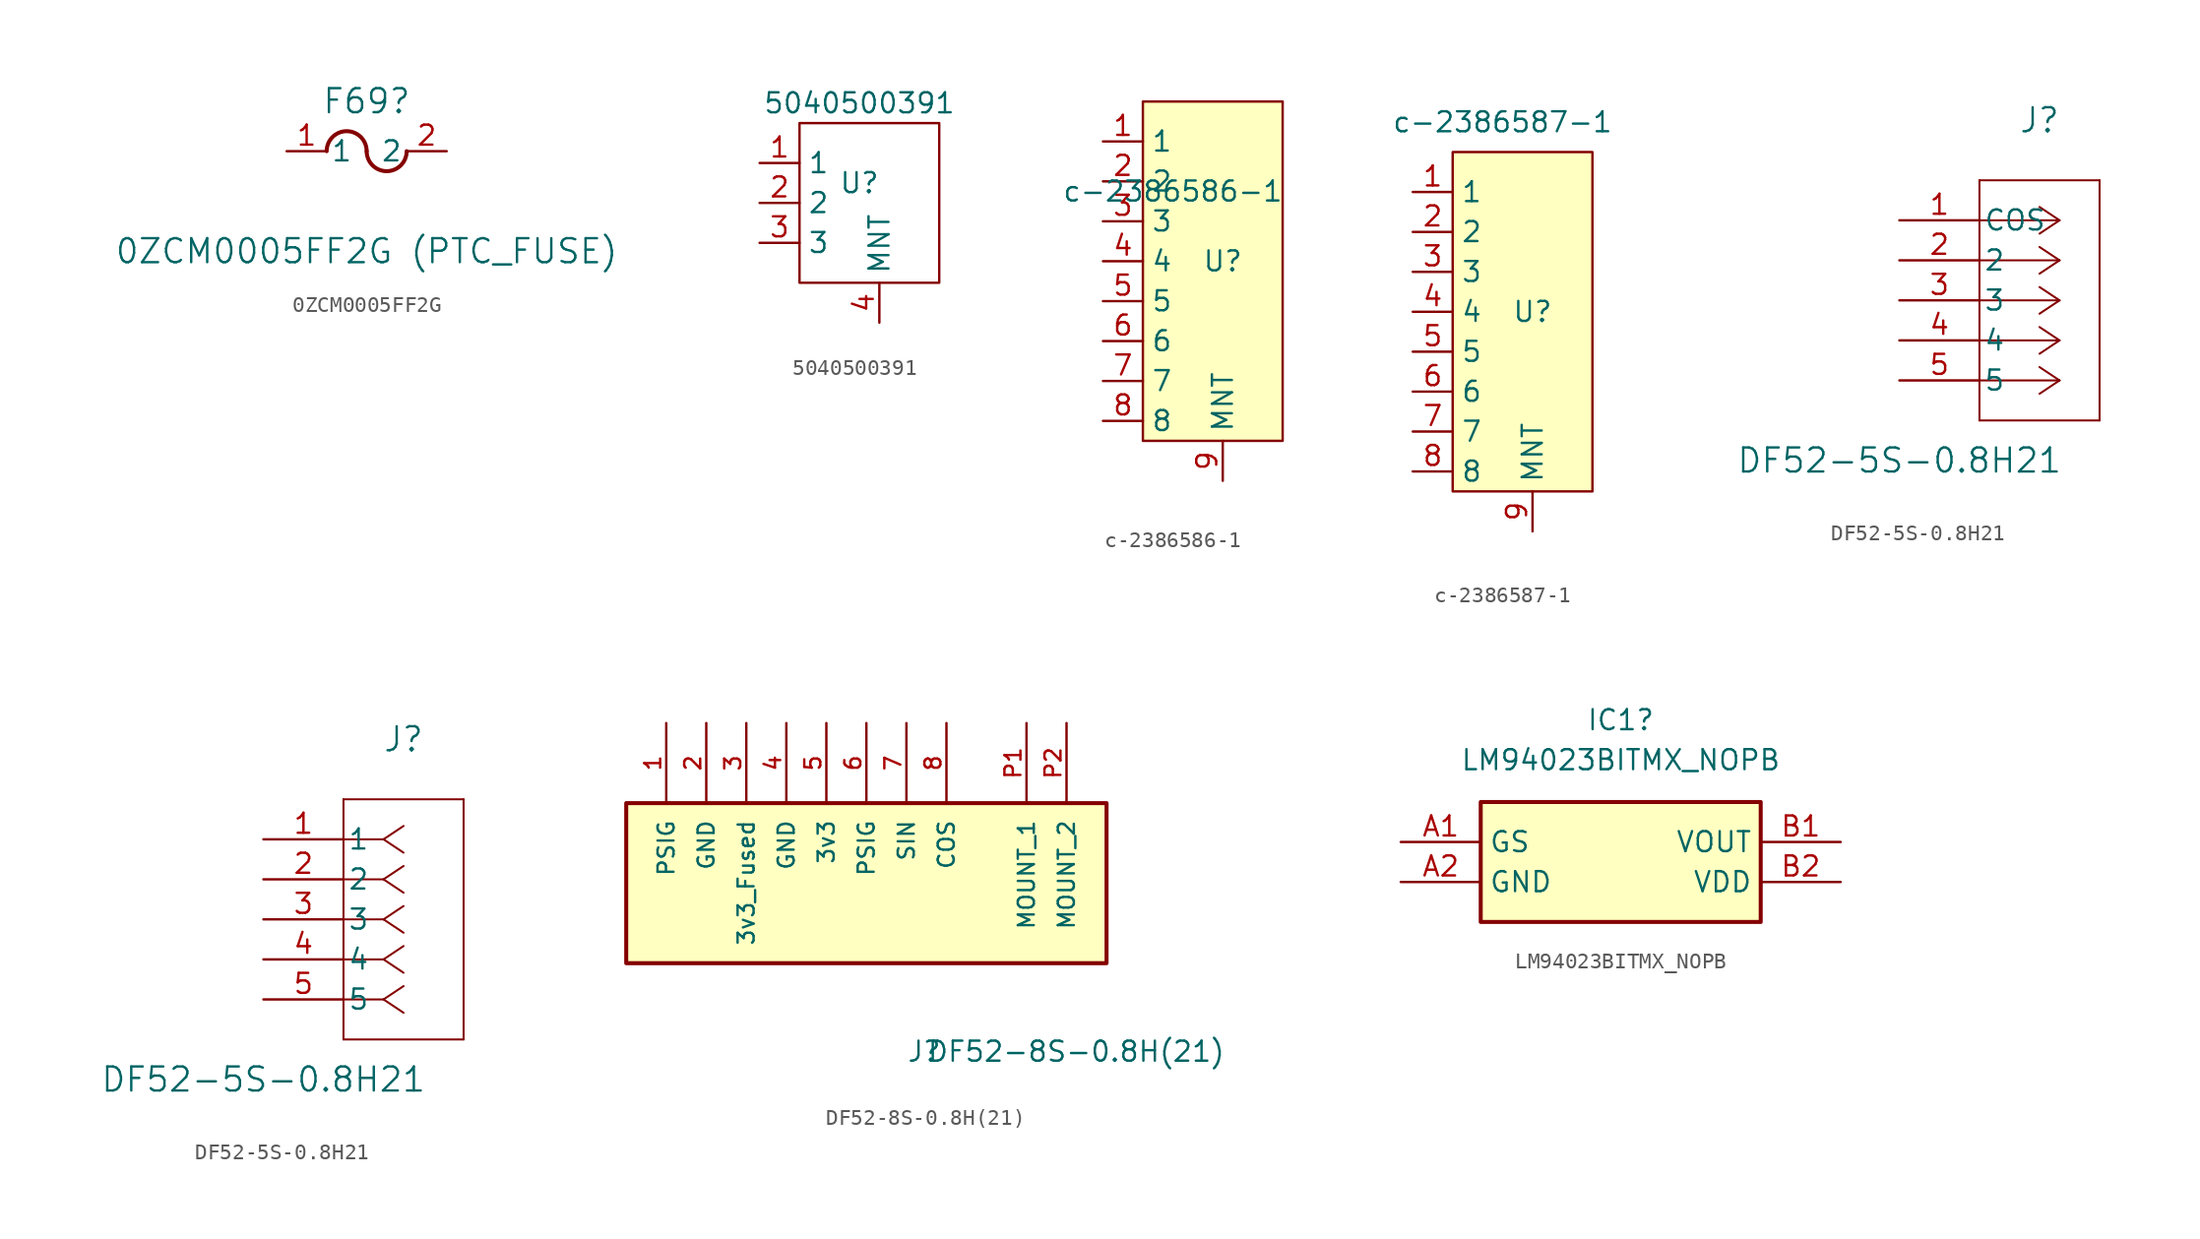
<source format=kicad_sym>
(kicad_symbol_lib
  (version 20220914)
  (generator kicad_symbol_editor)
  (symbol "0ZCM0005FF2G"
    (pin_names
      (offset 0.254))
    (property "Reference" "F69"
      (at 5.08 3.175 0)
      (effects (font (size 1.524 1.524))))
    (property "Value" "0ZCM0005FF2G (PTC_FUSE)"
      (at 5.08 -6.35 0)
      (effects (font (size 1.524 1.524))))
    (property "ki_locked" ""
      (at 0 0 0)
      (effects (font (size 1.27 1.27))))
    (symbol "0ZCM0005FF2G_0_1"
      (arc (start 5.08 0) (mid 3.81 1.2645) (end 2.54 0) (stroke (width 0.254) (type default)) (fill (type none)))
      (arc (start 5.08 0) (mid 6.35 -1.2645) (end 7.62 0) (stroke (width 0.254) (type default)) (fill (type none)))
      (pin unspecified line (at 0 0 0) (length 2.54) (name "1" (effects (font (size 1.27 1.27)))) (number "1" (effects (font (size 1.27 1.27)))))
      (pin unspecified line (at 10.16 0 180) (length 2.54) (name "2" (effects (font (size 1.27 1.27)))) (number "2" (effects (font (size 1.27 1.27)))))))
  (symbol "5040500391"
    (property "Reference" "U"
      (at 1.27 1.27 0)
      (effects (font (size 1.27 1.27))))
    (property "Value" "5040500391"
      (at 1.27 6.35 0)
      (effects (font (size 1.27 1.27))))
    (symbol "5040500391_0_0"
      (text_box "" (at -2.54 5.08 0) (size 8.89 -10.16) (stroke (width 0) (type default)) (fill (type color) (color 0 0 0 0)) (effects (font (size 1.27 1.27)) (justify left top))))
    (symbol "5040500391_1_1"
      (pin input line (at -5.08 2.54 0) (length 2.54) (name "1" (effects (font (size 1.27 1.27)))) (number "1" (effects (font (size 1.27 1.27)))))
      (pin input line (at -5.08 0 0) (length 2.54) (name "2" (effects (font (size 1.27 1.27)))) (number "2" (effects (font (size 1.27 1.27)))))
      (pin input line (at -5.08 -2.54 0) (length 2.54) (name "3" (effects (font (size 1.27 1.27)))) (number "3" (effects (font (size 1.27 1.27)))))
      (pin input line (at 2.54 -7.62 90) (length 2.54) (name "MNT" (effects (font (size 1.27 1.27)))) (number "4" (effects (font (size 1.27 1.27)))))))
  (symbol "c-2386586-1"
    (property "Reference" "U"
      (at 0 -0.635 0)
      (effects (font (size 1.27 1.27))))
    (property "Value" "c-2386586-1"
      (at -3.175 3.81 0)
      (effects (font (size 1.27 1.27))))
    (symbol "c-2386586-1_1_1"
      (rectangle (start -5.08 9.525) (end 3.81 -12.065) (stroke (width 0) (type default)) (fill (type background)))
      (pin input line (at -7.62 6.985 0) (length 2.54) (name "1" (effects (font (size 1.27 1.27)))) (number "1" (effects (font (size 1.27 1.27)))))
      (pin input line (at -7.62 4.445 0) (length 2.54) (name "2" (effects (font (size 1.27 1.27)))) (number "2" (effects (font (size 1.27 1.27)))))
      (pin input line (at -7.62 1.905 0) (length 2.54) (name "3" (effects (font (size 1.27 1.27)))) (number "3" (effects (font (size 1.27 1.27)))))
      (pin input line (at -7.62 -0.635 0) (length 2.54) (name "4" (effects (font (size 1.27 1.27)))) (number "4" (effects (font (size 1.27 1.27)))))
      (pin input line (at -7.62 -3.175 0) (length 2.54) (name "5" (effects (font (size 1.27 1.27)))) (number "5" (effects (font (size 1.27 1.27)))))
      (pin input line (at -7.62 -5.715 0) (length 2.54) (name "6" (effects (font (size 1.27 1.27)))) (number "6" (effects (font (size 1.27 1.27)))))
      (pin input line (at -7.62 -8.255 0) (length 2.54) (name "7" (effects (font (size 1.27 1.27)))) (number "7" (effects (font (size 1.27 1.27)))))
      (pin input line (at -7.62 -10.795 0) (length 2.54) (name "8" (effects (font (size 1.27 1.27)))) (number "8" (effects (font (size 1.27 1.27)))))
      (pin input line (at 0 -14.605 90) (length 2.54) (name "MNT" (effects (font (size 1.27 1.27)))) (number "9" (effects (font (size 1.27 1.27)))))))
  (symbol "c-2386587-1"
    (property "Reference" "U"
      (at 0 -0.635 0)
      (effects (font (size 1.27 1.27))))
    (property "Value" "c-2386587-1"
      (at -1.905 11.43 0)
      (effects (font (size 1.27 1.27))))
    (symbol "c-2386587-1_1_1"
      (rectangle (start -5.08 9.525) (end 3.81 -12.065) (stroke (width 0) (type default)) (fill (type background)))
      (pin input line (at -7.62 6.985 0) (length 2.54) (name "1" (effects (font (size 1.27 1.27)))) (number "1" (effects (font (size 1.27 1.27)))))
      (pin input line (at -7.62 4.445 0) (length 2.54) (name "2" (effects (font (size 1.27 1.27)))) (number "2" (effects (font (size 1.27 1.27)))))
      (pin input line (at -7.62 1.905 0) (length 2.54) (name "3" (effects (font (size 1.27 1.27)))) (number "3" (effects (font (size 1.27 1.27)))))
      (pin input line (at -7.62 -0.635 0) (length 2.54) (name "4" (effects (font (size 1.27 1.27)))) (number "4" (effects (font (size 1.27 1.27)))))
      (pin input line (at -7.62 -3.175 0) (length 2.54) (name "5" (effects (font (size 1.27 1.27)))) (number "5" (effects (font (size 1.27 1.27)))))
      (pin input line (at -7.62 -5.715 0) (length 2.54) (name "6" (effects (font (size 1.27 1.27)))) (number "6" (effects (font (size 1.27 1.27)))))
      (pin input line (at -7.62 -8.255 0) (length 2.54) (name "7" (effects (font (size 1.27 1.27)))) (number "7" (effects (font (size 1.27 1.27)))))
      (pin input line (at -7.62 -10.795 0) (length 2.54) (name "8" (effects (font (size 1.27 1.27)))) (number "8" (effects (font (size 1.27 1.27)))))
      (pin input line (at 0 -14.605 90) (length 2.54) (name "MNT" (effects (font (size 1.27 1.27)))) (number "9" (effects (font (size 1.27 1.27)))))))
  (symbol "DF52-5S-0.8H21"
    (pin_names
      (offset 0.254))
    (property "Reference" "J"
      (at 8.89 6.35 0)
      (effects (font (size 1.524 1.524))))
    (property "Value" "DF52-5S-0.8H21"
      (at 0 -15.24 0)
      (effects (font (size 1.524 1.524))))
    (property "ki_locked" ""
      (at 0 0 0)
      (effects (font (size 1.27 1.27))))
    (symbol "DF52-5S-0.8H21_1_1"
      (polyline (pts (xy 5.08 -12.7) (xy 12.7 -12.7)) (stroke (width 0.127) (type default)) (fill (type none)))
      (polyline (pts (xy 5.08 2.54) (xy 5.08 -12.7)) (stroke (width 0.127) (type default)) (fill (type none)))
      (polyline (pts (xy 10.16 -10.16) (xy 5.08 -10.16)) (stroke (width 0.127) (type default)) (fill (type none)))
      (polyline (pts (xy 10.16 -10.16) (xy 8.89 -11.007)) (stroke (width 0.127) (type default)) (fill (type none)))
      (polyline (pts (xy 10.16 -10.16) (xy 8.89 -9.313)) (stroke (width 0.127) (type default)) (fill (type none)))
      (polyline (pts (xy 10.16 -7.62) (xy 5.08 -7.62)) (stroke (width 0.127) (type default)) (fill (type none)))
      (polyline (pts (xy 10.16 -7.62) (xy 8.89 -8.467)) (stroke (width 0.127) (type default)) (fill (type none)))
      (polyline (pts (xy 10.16 -7.62) (xy 8.89 -6.773)) (stroke (width 0.127) (type default)) (fill (type none)))
      (polyline (pts (xy 10.16 -5.08) (xy 5.08 -5.08)) (stroke (width 0.127) (type default)) (fill (type none)))
      (polyline (pts (xy 10.16 -5.08) (xy 8.89 -5.927)) (stroke (width 0.127) (type default)) (fill (type none)))
      (polyline (pts (xy 10.16 -5.08) (xy 8.89 -4.233)) (stroke (width 0.127) (type default)) (fill (type none)))
      (polyline (pts (xy 10.16 -2.54) (xy 5.08 -2.54)) (stroke (width 0.127) (type default)) (fill (type none)))
      (polyline (pts (xy 10.16 -2.54) (xy 8.89 -3.387)) (stroke (width 0.127) (type default)) (fill (type none)))
      (polyline (pts (xy 10.16 -2.54) (xy 8.89 -1.693)) (stroke (width 0.127) (type default)) (fill (type none)))
      (polyline (pts (xy 10.16 0) (xy 5.08 0)) (stroke (width 0.127) (type default)) (fill (type none)))
      (polyline (pts (xy 10.16 0) (xy 8.89 -0.847)) (stroke (width 0.127) (type default)) (fill (type none)))
      (polyline (pts (xy 10.16 0) (xy 8.89 0.847)) (stroke (width 0.127) (type default)) (fill (type none)))
      (polyline (pts (xy 12.7 -12.7) (xy 12.7 2.54)) (stroke (width 0.127) (type default)) (fill (type none)))
      (polyline (pts (xy 12.7 2.54) (xy 5.08 2.54)) (stroke (width 0.127) (type default)) (fill (type none)))
      (pin unspecified line (at 0 0 0) (length 5.08) (name "COS" (effects (font (size 1.27 1.27)))) (number "1" (effects (font (size 1.27 1.27)))))
      (pin unspecified line (at 0 -2.54 0) (length 5.08) (name "2" (effects (font (size 1.27 1.27)))) (number "2" (effects (font (size 1.27 1.27)))))
      (pin unspecified line (at 0 -5.08 0) (length 5.08) (name "3" (effects (font (size 1.27 1.27)))) (number "3" (effects (font (size 1.27 1.27)))))
      (pin unspecified line (at 0 -7.62 0) (length 5.08) (name "4" (effects (font (size 1.27 1.27)))) (number "4" (effects (font (size 1.27 1.27)))))
      (pin unspecified line (at 0 -10.16 0) (length 5.08) (name "5" (effects (font (size 1.27 1.27)))) (number "5" (effects (font (size 1.27 1.27))))))
    (symbol "DF52-5S-0.8H21_1_2"
      (polyline (pts (xy 5.08 -12.7) (xy 12.7 -12.7)) (stroke (width 0.127) (type default)) (fill (type none)))
      (polyline (pts (xy 5.08 2.54) (xy 5.08 -12.7)) (stroke (width 0.127) (type default)) (fill (type none)))
      (polyline (pts (xy 7.62 -10.16) (xy 5.08 -10.16)) (stroke (width 0.127) (type default)) (fill (type none)))
      (polyline (pts (xy 7.62 -10.16) (xy 8.89 -11.007)) (stroke (width 0.127) (type default)) (fill (type none)))
      (polyline (pts (xy 7.62 -10.16) (xy 8.89 -9.313)) (stroke (width 0.127) (type default)) (fill (type none)))
      (polyline (pts (xy 7.62 -7.62) (xy 5.08 -7.62)) (stroke (width 0.127) (type default)) (fill (type none)))
      (polyline (pts (xy 7.62 -7.62) (xy 8.89 -8.467)) (stroke (width 0.127) (type default)) (fill (type none)))
      (polyline (pts (xy 7.62 -7.62) (xy 8.89 -6.773)) (stroke (width 0.127) (type default)) (fill (type none)))
      (polyline (pts (xy 7.62 -5.08) (xy 5.08 -5.08)) (stroke (width 0.127) (type default)) (fill (type none)))
      (polyline (pts (xy 7.62 -5.08) (xy 8.89 -5.927)) (stroke (width 0.127) (type default)) (fill (type none)))
      (polyline (pts (xy 7.62 -5.08) (xy 8.89 -4.233)) (stroke (width 0.127) (type default)) (fill (type none)))
      (polyline (pts (xy 7.62 -2.54) (xy 5.08 -2.54)) (stroke (width 0.127) (type default)) (fill (type none)))
      (polyline (pts (xy 7.62 -2.54) (xy 8.89 -3.387)) (stroke (width 0.127) (type default)) (fill (type none)))
      (polyline (pts (xy 7.62 -2.54) (xy 8.89 -1.693)) (stroke (width 0.127) (type default)) (fill (type none)))
      (polyline (pts (xy 7.62 0) (xy 5.08 0)) (stroke (width 0.127) (type default)) (fill (type none)))
      (polyline (pts (xy 7.62 0) (xy 8.89 -0.847)) (stroke (width 0.127) (type default)) (fill (type none)))
      (polyline (pts (xy 7.62 0) (xy 8.89 0.847)) (stroke (width 0.127) (type default)) (fill (type none)))
      (polyline (pts (xy 12.7 -12.7) (xy 12.7 2.54)) (stroke (width 0.127) (type default)) (fill (type none)))
      (polyline (pts (xy 12.7 2.54) (xy 5.08 2.54)) (stroke (width 0.127) (type default)) (fill (type none)))
      (pin unspecified line (at 0 0 0) (length 5.08) (name "1" (effects (font (size 1.27 1.27)))) (number "1" (effects (font (size 1.27 1.27)))))
      (pin unspecified line (at 0 -2.54 0) (length 5.08) (name "2" (effects (font (size 1.27 1.27)))) (number "2" (effects (font (size 1.27 1.27)))))
      (pin unspecified line (at 0 -5.08 0) (length 5.08) (name "3" (effects (font (size 1.27 1.27)))) (number "3" (effects (font (size 1.27 1.27)))))
      (pin unspecified line (at 0 -7.62 0) (length 5.08) (name "4" (effects (font (size 1.27 1.27)))) (number "4" (effects (font (size 1.27 1.27)))))
      (pin unspecified line (at 0 -10.16 0) (length 5.08) (name "5" (effects (font (size 1.27 1.27)))) (number "5" (effects (font (size 1.27 1.27)))))))
  (symbol "DF52-8S-0.8H(21)"
    (pin_names
      (offset 1.016))
    (property "Reference" "J"
      (at -6.35 -20.32 0)
      (effects (font (size 1.27 1.27)) (justify left bottom)))
    (property "Value" "DF52-8S-0.8H(21)"
      (at -5.08 -20.32 0)
      (effects (font (size 1.27 1.27)) (justify left bottom)))
    (property "ki_locked" ""
      (at 0 0 0)
      (effects (font (size 1.27 1.27))))
    (symbol "DF52-8S-0.8H(21)_0_0"
      (rectangle (start 6.35 -13.97) (end -24.13 -3.81) (stroke (width 0.254) (type solid)) (fill (type background))))
    (symbol "DF52-8S-0.8H(21)_1_0"
      (pin passive line (at -21.59 1.27 270) (length 5.08) (name "PSIG" (effects (font (size 1.016 1.016)))) (number "1" (effects (font (size 1.016 1.016)))))
      (pin passive line (at -19.05 1.27 270) (length 5.08) (name "GND" (effects (font (size 1.016 1.016)))) (number "2" (effects (font (size 1.016 1.016)))))
      (pin passive line (at -16.51 1.27 270) (length 5.08) (name "3v3_Fused" (effects (font (size 1.016 1.016)))) (number "3" (effects (font (size 1.016 1.016)))))
      (pin passive line (at -13.97 1.27 270) (length 5.08) (name "GND" (effects (font (size 1.016 1.016)))) (number "4" (effects (font (size 1.016 1.016)))))
      (pin passive line (at -11.43 1.27 270) (length 5.08) (name "3v3" (effects (font (size 1.016 1.016)))) (number "5" (effects (font (size 1.016 1.016)))))
      (pin passive line (at -8.89 1.27 270) (length 5.08) (name "PSIG" (effects (font (size 1.016 1.016)))) (number "6" (effects (font (size 1.016 1.016)))))
      (pin passive line (at -6.35 1.27 270) (length 5.08) (name "SIN" (effects (font (size 1.016 1.016)))) (number "7" (effects (font (size 1.016 1.016)))))
      (pin passive line (at -3.81 1.27 270) (length 5.08) (name "COS" (effects (font (size 1.016 1.016)))) (number "8" (effects (font (size 1.016 1.016)))))
      (pin passive line (at 1.27 1.27 270) (length 5.08) (name "MOUNT_1" (effects (font (size 1.016 1.016)))) (number "P1" (effects (font (size 1.016 1.016)))))
      (pin passive line (at 3.81 1.27 270) (length 5.08) (name "MOUNT_2" (effects (font (size 1.016 1.016)))) (number "P2" (effects (font (size 1.016 1.016)))))))
  (symbol "LM94023BITMX_NOPB"
    (property "Reference" "IC1"
      (at 13.97 7.747 0)
      (effects (font (size 1.27 1.27))))
    (property "Value" "LM94023BITMX_NOPB"
      (at 13.97 5.207 0)
      (effects (font (size 1.27 1.27))))
    (symbol "LM94023BITMX_NOPB_1_1"
      (rectangle (start 5.08 2.54) (end 22.86 -5.08) (stroke (width 0.254) (type default)) (fill (type background)))
      (pin passive line (at 0 0 0) (length 5.08) (name "GS" (effects (font (size 1.27 1.27)))) (number "A1" (effects (font (size 1.27 1.27)))))
      (pin passive line (at 0 -2.54 0) (length 5.08) (name "GND" (effects (font (size 1.27 1.27)))) (number "A2" (effects (font (size 1.27 1.27)))))
      (pin passive line (at 27.94 0 180) (length 5.08) (name "VOUT" (effects (font (size 1.27 1.27)))) (number "B1" (effects (font (size 1.27 1.27)))))
      (pin passive line (at 27.94 -2.54 180) (length 5.08) (name "VDD" (effects (font (size 1.27 1.27)))) (number "B2" (effects (font (size 1.27 1.27))))))))
</source>
